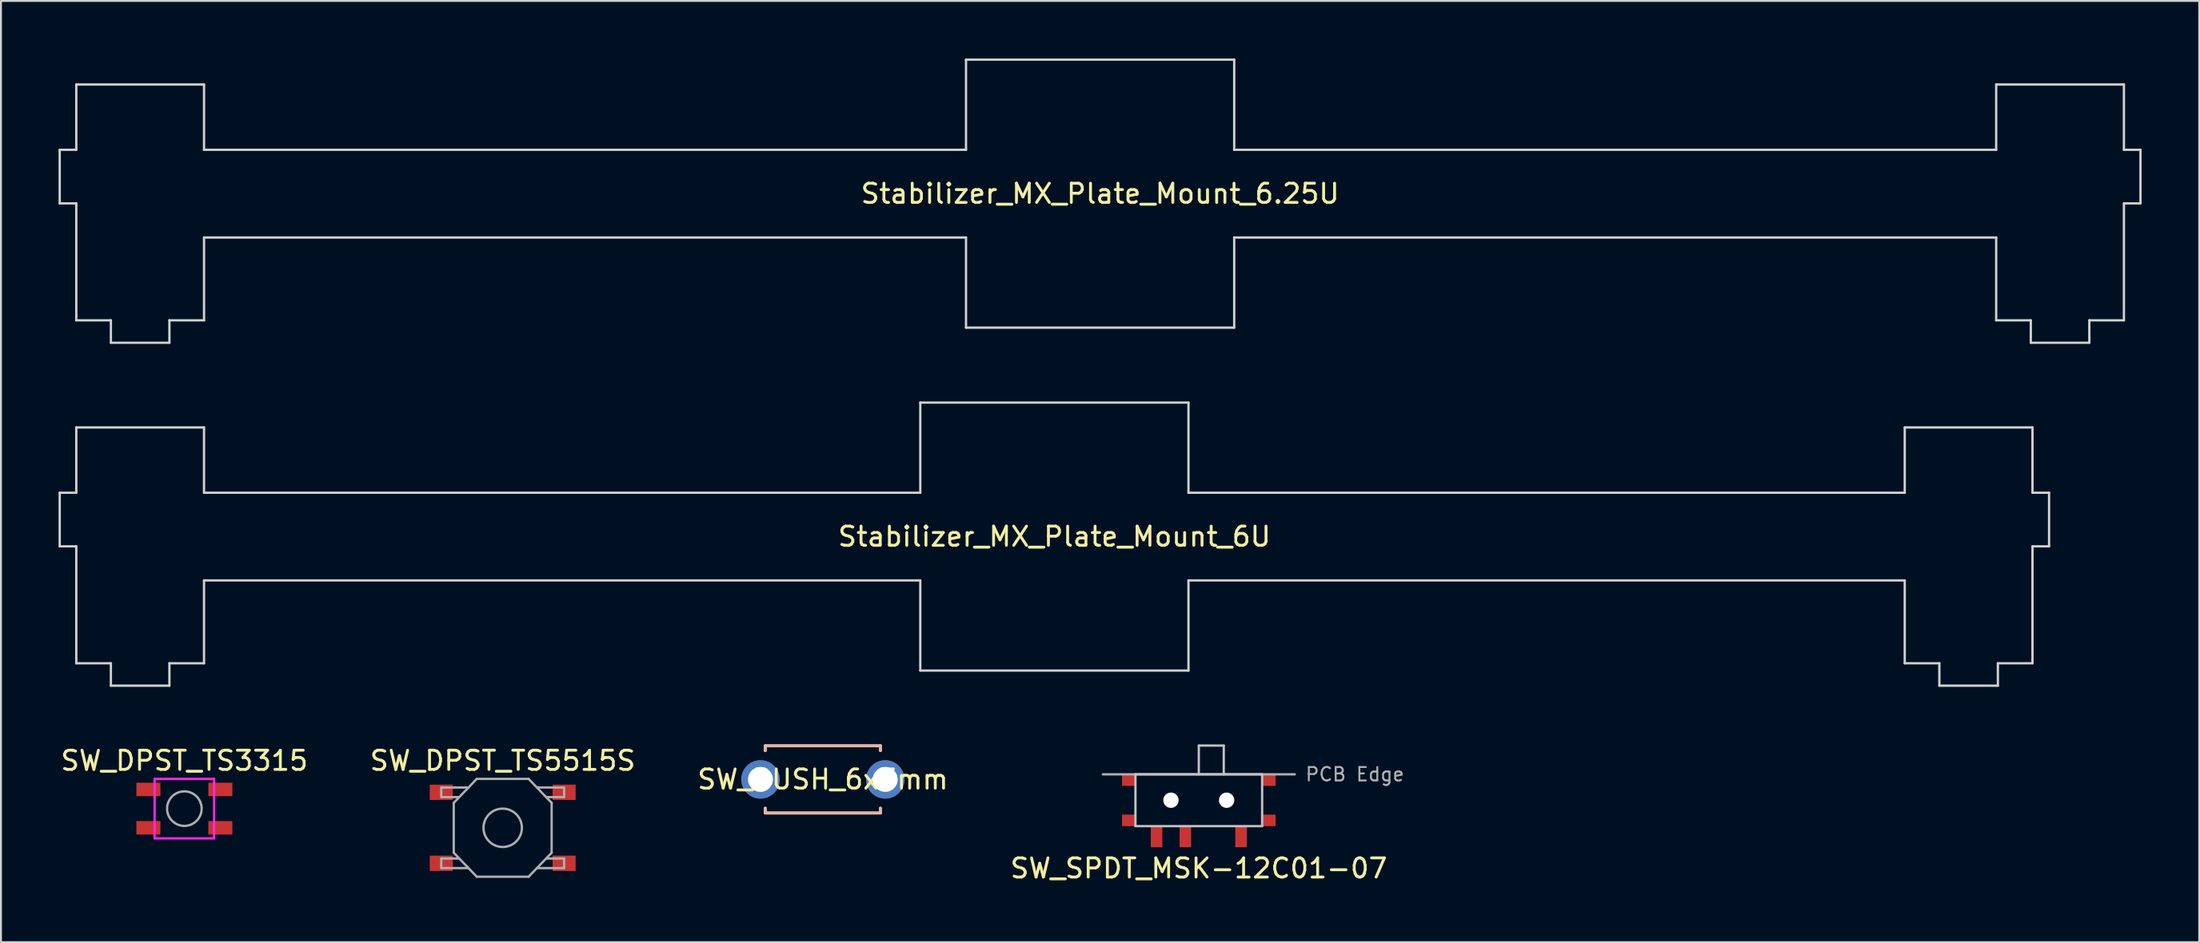
<source format=kicad_pcb>
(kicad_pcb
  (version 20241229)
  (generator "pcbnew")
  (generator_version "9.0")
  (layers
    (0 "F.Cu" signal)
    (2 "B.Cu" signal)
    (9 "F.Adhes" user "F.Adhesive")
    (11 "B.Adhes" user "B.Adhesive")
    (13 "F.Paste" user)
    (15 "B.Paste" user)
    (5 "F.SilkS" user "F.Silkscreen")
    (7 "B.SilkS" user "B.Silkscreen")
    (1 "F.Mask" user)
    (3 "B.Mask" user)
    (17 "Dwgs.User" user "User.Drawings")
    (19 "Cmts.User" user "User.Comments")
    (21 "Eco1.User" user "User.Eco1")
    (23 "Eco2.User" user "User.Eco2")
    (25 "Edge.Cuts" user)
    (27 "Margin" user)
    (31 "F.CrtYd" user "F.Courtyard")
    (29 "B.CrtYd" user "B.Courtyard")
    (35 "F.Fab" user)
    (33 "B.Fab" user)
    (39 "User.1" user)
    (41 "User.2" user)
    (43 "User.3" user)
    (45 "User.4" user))
  (footprint "SW_PUSH_6x3mm"
    (layer "F.Cu")
    (at 39.815 37.58)
    (property "Reference" "SW_PUSH_6x3mm" (at 0 0 180) (layer "F.SilkS") (effects (font (size 1 1) (thickness 0.15))))
    (attr through_hole)
    (fp_line (start -3 -1.75) (end -3 -1.5) (stroke (width 0.15) (type solid)) (layer "F.SilkS"))
    (fp_line (start -3 -1.75) (end 3 -1.75) (stroke (width 0.15) (type solid)) (layer "F.SilkS"))
    (fp_line (start -3 1.75) (end -3 1.5) (stroke (width 0.15) (type solid)) (layer "F.SilkS"))
    (fp_line (start -3 1.75) (end 3 1.75) (stroke (width 0.15) (type solid)) (layer "F.SilkS"))
    (fp_line (start 3 -1.75) (end 3 -1.5) (stroke (width 0.15) (type solid)) (layer "F.SilkS"))
    (fp_line (start 3 1.75) (end 3 1.5) (stroke (width 0.15) (type solid)) (layer "F.SilkS"))
    (fp_line (start -3 -1.75) (end 3 -1.75) (stroke (width 0.15) (type solid)) (layer "B.SilkS"))
    (fp_line (start -3 -1.5) (end -3 -1.75) (stroke (width 0.15) (type solid)) (layer "B.SilkS"))
    (fp_line (start -3 1.75) (end -3 1.5) (stroke (width 0.15) (type solid)) (layer "B.SilkS"))
    (fp_line (start 3 -1.75) (end 3 -1.5) (stroke (width 0.15) (type solid)) (layer "B.SilkS"))
    (fp_line (start 3 1.5) (end 3 1.75) (stroke (width 0.15) (type solid)) (layer "B.SilkS"))
    (fp_line (start 3 1.75) (end -3 1.75) (stroke (width 0.15) (type solid)) (layer "B.SilkS"))
    (pad "1" thru_hole circle (at 3.25 0) (size 2 2) (drill 1.3) (layers "*.Cu" "*.Mask"))
    (pad "2" thru_hole circle (at -3.25 0) (size 2 2) (drill 1.3) (layers "*.Cu" "*.Mask")))
  (footprint "SW_DPST_TS3315"
    (layer "F.Cu")
    (at 6.554 39.103)
    (property "Reference" "SW_DPST_TS3315" (at 0 -2.5 0) (layer "F.SilkS") (effects (font (size 1 1) (thickness 0.15))))
    (attr smd)
    (fp_line (start -1.55 -1.55) (end -1.55 1.55) (stroke (width 0.12) (type solid)) (layer "F.CrtYd"))
    (fp_line (start -1.55 1.55) (end 1.55 1.55) (stroke (width 0.12) (type solid)) (layer "F.CrtYd"))
    (fp_line (start 1.55 -1.55) (end -1.55 -1.55) (stroke (width 0.12) (type solid)) (layer "F.CrtYd"))
    (fp_line (start 1.55 1.55) (end 1.55 -1.55) (stroke (width 0.12) (type solid)) (layer "F.CrtYd"))
    (fp_circle (center 0 0) (end 0.9 0) (stroke (width 0.12) (type solid)) (fill no) (layer "F.Fab"))
    (pad "1" smd rect (at -1.875 -1) (size 1.25 0.7) (layers "F.Cu" "F.Mask" "F.Paste"))
    (pad "2" smd rect (at 1.875 -1) (size 1.25 0.7) (layers "F.Cu" "F.Mask" "F.Paste"))
    (pad "3" smd rect (at -1.875 1) (size 1.25 0.7) (layers "F.Cu" "F.Mask" "F.Paste"))
    (pad "4" smd rect (at 1.875 1) (size 1.25 0.7) (layers "F.Cu" "F.Mask" "F.Paste")))
  (footprint "Stabilizer_MX_Plate_Mount_6U"
    (layer "F.Cu")
    (at 51.876 24.922)
    (property "Reference" "Stabilizer_MX_Plate_Mount_6U" (at 0 0 0) (layer "F.SilkS") (effects (font (size 1 1) (thickness 0.15))))
    (attr through_hole)
    (fp_line (start -51.816 -2.286) (end -51.816 0.508) (stroke (width 0.12) (type solid)) (layer "Edge.Cuts"))
    (fp_line (start -51.816 0.508) (end -50.952 0.508) (stroke (width 0.12) (type solid)) (layer "Edge.Cuts"))
    (fp_line (start -50.952 -5.69) (end -50.952 -2.286) (stroke (width 0.12) (type solid)) (layer "Edge.Cuts"))
    (fp_line (start -50.952 -2.286) (end -51.816 -2.286) (stroke (width 0.12) (type solid)) (layer "Edge.Cuts"))
    (fp_line (start -50.952 0.508) (end -50.952 6.604) (stroke (width 0.12) (type solid)) (layer "Edge.Cuts"))
    (fp_line (start -50.952 6.604) (end -49.149 6.604) (stroke (width 0.12) (type solid)) (layer "Edge.Cuts"))
    (fp_line (start -49.149 6.604) (end -49.149 7.772) (stroke (width 0.12) (type solid)) (layer "Edge.Cuts"))
    (fp_line (start -49.149 7.772) (end -46.101 7.772) (stroke (width 0.12) (type solid)) (layer "Edge.Cuts"))
    (fp_line (start -46.101 6.604) (end -44.298 6.604) (stroke (width 0.12) (type solid)) (layer "Edge.Cuts"))
    (fp_line (start -46.101 7.772) (end -46.101 6.604) (stroke (width 0.12) (type solid)) (layer "Edge.Cuts"))
    (fp_line (start -44.298 -5.69) (end -50.952 -5.69) (stroke (width 0.12) (type solid)) (layer "Edge.Cuts"))
    (fp_line (start -44.298 -2.286) (end -44.298 -5.69) (stroke (width 0.12) (type solid)) (layer "Edge.Cuts"))
    (fp_line (start -44.298 2.286) (end -6.985 2.286) (stroke (width 0.12) (type solid)) (layer "Edge.Cuts"))
    (fp_line (start -44.298 6.604) (end -44.298 2.286) (stroke (width 0.12) (type solid)) (layer "Edge.Cuts"))
    (fp_line (start -6.985 -6.985) (end -6.985 -2.286) (stroke (width 0.12) (type solid)) (layer "Edge.Cuts"))
    (fp_line (start -6.985 -6.985) (end 6.985 -6.985) (stroke (width 0.12) (type solid)) (layer "Edge.Cuts"))
    (fp_line (start -6.985 -2.286) (end -44.298 -2.286) (stroke (width 0.12) (type solid)) (layer "Edge.Cuts"))
    (fp_line (start -6.985 2.286) (end -6.985 6.985) (stroke (width 0.12) (type solid)) (layer "Edge.Cuts"))
    (fp_line (start -6.985 6.985) (end 6.985 6.985) (stroke (width 0.12) (type solid)) (layer "Edge.Cuts"))
    (fp_line (start 6.985 -6.985) (end 6.985 -2.286) (stroke (width 0.12) (type solid)) (layer "Edge.Cuts"))
    (fp_line (start 6.985 -2.286) (end 44.298 -2.286) (stroke (width 0.12) (type solid)) (layer "Edge.Cuts"))
    (fp_line (start 6.985 2.286) (end 6.985 6.985) (stroke (width 0.12) (type solid)) (layer "Edge.Cuts"))
    (fp_line (start 44.298 -5.69) (end 50.952 -5.69) (stroke (width 0.12) (type solid)) (layer "Edge.Cuts"))
    (fp_line (start 44.298 -2.286) (end 44.298 -5.69) (stroke (width 0.12) (type solid)) (layer "Edge.Cuts"))
    (fp_line (start 44.298 2.286) (end 6.985 2.286) (stroke (width 0.12) (type solid)) (layer "Edge.Cuts"))
    (fp_line (start 44.298 6.604) (end 44.298 2.286) (stroke (width 0.12) (type solid)) (layer "Edge.Cuts"))
    (fp_line (start 46.101 6.604) (end 44.298 6.604) (stroke (width 0.12) (type solid)) (layer "Edge.Cuts"))
    (fp_line (start 46.101 7.772) (end 46.101 6.604) (stroke (width 0.12) (type solid)) (layer "Edge.Cuts"))
    (fp_line (start 49.149 6.604) (end 49.149 7.772) (stroke (width 0.12) (type solid)) (layer "Edge.Cuts"))
    (fp_line (start 49.149 7.772) (end 46.101 7.772) (stroke (width 0.12) (type solid)) (layer "Edge.Cuts"))
    (fp_line (start 50.952 -5.69) (end 50.952 -2.286) (stroke (width 0.12) (type solid)) (layer "Edge.Cuts"))
    (fp_line (start 50.952 -2.286) (end 51.816 -2.286) (stroke (width 0.12) (type solid)) (layer "Edge.Cuts"))
    (fp_line (start 50.952 0.508) (end 50.952 6.604) (stroke (width 0.12) (type solid)) (layer "Edge.Cuts"))
    (fp_line (start 50.952 6.604) (end 49.149 6.604) (stroke (width 0.12) (type solid)) (layer "Edge.Cuts"))
    (fp_line (start 51.816 -2.286) (end 51.816 0.508) (stroke (width 0.12) (type solid)) (layer "Edge.Cuts"))
    (fp_line (start 51.816 0.508) (end 50.952 0.508) (stroke (width 0.12) (type solid)) (layer "Edge.Cuts")))
  (footprint "SW_SPDT_MSK-12C01-07"
    (layer "F.Cu")
    (at 59.399 38.665)
    (property "Reference" "SW_SPDT_MSK-12C01-07" (at 0 3.55 180) (layer "F.SilkS") (effects (font (size 1 1) (thickness 0.15))))
    (attr smd)
    (fp_line (start -3.3 -1.35) (end -3.3 1.35) (stroke (width 0.12) (type solid)) (layer "Dwgs.User"))
    (fp_line (start -3.3 -1.35) (end 3.3 -1.35) (stroke (width 0.12) (type solid)) (layer "Dwgs.User"))
    (fp_line (start -3.3 1.35) (end 3.3 1.35) (stroke (width 0.12) (type solid)) (layer "Dwgs.User"))
    (fp_line (start 0 -2.85) (end 0 -1.35) (stroke (width 0.12) (type solid)) (layer "Dwgs.User"))
    (fp_line (start 0 -2.85) (end 1.3 -2.85) (stroke (width 0.12) (type solid)) (layer "Dwgs.User"))
    (fp_line (start 1.3 -2.85) (end 1.3 -1.35) (stroke (width 0.12) (type solid)) (layer "Dwgs.User"))
    (fp_line (start 3.3 -1.35) (end 3.3 1.35) (stroke (width 0.12) (type solid)) (layer "Dwgs.User"))
    (fp_line (start -5 -1.35) (end 5 -1.35) (stroke (width 0.12) (type solid)) (layer "F.Fab"))
    (fp_text user "PCB Edge" (at 5.5 -1.35 0) (layer "F.Fab") (effects (font (size 0.7 0.7) (thickness 0.1)) (justify left)))
    (pad "" np_thru_hole circle (at -1.45 0) (size 0.8 0.8) (drill 0.8) (layers "*.Cu" "*.Mask"))
    (pad "" np_thru_hole circle (at 1.45 0) (size 0.8 0.8) (drill 0.8) (layers "*.Cu" "*.Mask"))
    (pad "1" smd rect (at -2.2 1.9) (size 0.6 1.1) (layers "F.Cu" "F.Mask" "F.Paste"))
    (pad "2" smd rect (at -0.7 1.9) (size 0.6 1.1) (layers "F.Cu" "F.Mask" "F.Paste"))
    (pad "3" smd rect (at 2.2 1.9) (size 0.6 1.1) (layers "F.Cu" "F.Mask" "F.Paste"))
    (pad "MP" smd rect (at -3.65 -1.05) (size 0.7 0.6) (layers "F.Cu" "F.Mask" "F.Paste"))
    (pad "MP" smd rect (at -3.65 1.05) (size 0.7 0.6) (layers "F.Cu" "F.Mask" "F.Paste"))
    (pad "MP" smd rect (at 3.65 -1.05) (size 0.7 0.6) (layers "F.Cu" "F.Mask" "F.Paste"))
    (pad "MP" smd rect (at 3.65 1.05) (size 0.7 0.6) (layers "F.Cu" "F.Mask" "F.Paste")))
  (footprint "SW_DPST_TS5515S"
    (layer "F.Cu")
    (at 23.137 40.103)
    (property "Reference" "SW_DPST_TS5515S" (at 0 -3.5 0) (layer "F.SilkS") (effects (font (size 1 1) (thickness 0.15))))
    (attr smd)
    (fp_line (start -3.2 -1.6) (end -3.2 -2.1) (stroke (width 0.12) (type solid)) (layer "F.Fab"))
    (fp_line (start -3.2 2.1) (end -3.2 1.6) (stroke (width 0.12) (type solid)) (layer "F.Fab"))
    (fp_line (start -2.55 -1.3) (end -1.35 -2.55) (stroke (width 0.12) (type solid)) (layer "F.Fab"))
    (fp_line (start -2.55 1.3) (end -2.55 -1.3) (stroke (width 0.12) (type solid)) (layer "F.Fab"))
    (fp_line (start -2.3 -1.6) (end -3.2 -1.6) (stroke (width 0.12) (type solid)) (layer "F.Fab"))
    (fp_line (start -2.3 1.6) (end -3.2 1.6) (stroke (width 0.12) (type solid)) (layer "F.Fab"))
    (fp_line (start -1.8 -2.1) (end -3.2 -2.1) (stroke (width 0.12) (type solid)) (layer "F.Fab"))
    (fp_line (start -1.8 2.1) (end -3.2 2.1) (stroke (width 0.12) (type solid)) (layer "F.Fab"))
    (fp_line (start -1.35 -2.55) (end 1.35 -2.55) (stroke (width 0.12) (type solid)) (layer "F.Fab"))
    (fp_line (start -1.35 2.55) (end -2.55 1.3) (stroke (width 0.12) (type solid)) (layer "F.Fab"))
    (fp_line (start 1.35 -2.55) (end 2.55 -1.3) (stroke (width 0.12) (type solid)) (layer "F.Fab"))
    (fp_line (start 1.35 2.55) (end -1.35 2.55) (stroke (width 0.12) (type solid)) (layer "F.Fab"))
    (fp_line (start 1.8 -2.1) (end 3.2 -2.1) (stroke (width 0.12) (type solid)) (layer "F.Fab"))
    (fp_line (start 1.8 2.1) (end 3.2 2.1) (stroke (width 0.12) (type solid)) (layer "F.Fab"))
    (fp_line (start 2.3 -1.6) (end 3.2 -1.6) (stroke (width 0.12) (type solid)) (layer "F.Fab"))
    (fp_line (start 2.3 1.6) (end 3.2 1.6) (stroke (width 0.12) (type solid)) (layer "F.Fab"))
    (fp_line (start 2.55 -1.3) (end 2.55 1.3) (stroke (width 0.12) (type solid)) (layer "F.Fab"))
    (fp_line (start 2.55 1.3) (end 1.35 2.55) (stroke (width 0.12) (type solid)) (layer "F.Fab"))
    (fp_line (start 3.2 -2.1) (end 3.2 -1.6) (stroke (width 0.12) (type solid)) (layer "F.Fab"))
    (fp_line (start 3.2 1.6) (end 3.2 2.1) (stroke (width 0.12) (type solid)) (layer "F.Fab"))
    (fp_circle (center 0 0) (end 1 0) (stroke (width 0.12) (type solid)) (fill no) (layer "F.Fab"))
    (pad "1" smd rect (at -3.2 -1.85) (size 1.2 0.8) (layers "F.Cu" "F.Mask" "F.Paste"))
    (pad "2" smd rect (at 3.2 -1.85) (size 1.2 0.8) (layers "F.Cu" "F.Mask" "F.Paste"))
    (pad "3" smd rect (at -3.2 1.85) (size 1.2 0.8) (layers "F.Cu" "F.Mask" "F.Paste"))
    (pad "4" smd rect (at 3.2 1.85) (size 1.2 0.8) (layers "F.Cu" "F.Mask" "F.Paste")))
  (footprint "Stabilizer_MX_Plate_Mount_6.25U"
    (layer "F.Cu")
    (at 54.258 7.045)
    (property "Reference" "Stabilizer_MX_Plate_Mount_6.25U" (at 0 0 0) (layer "F.SilkS") (effects (font (size 1 1) (thickness 0.15))))
    (attr through_hole)
    (fp_line (start -54.197 -2.286) (end -54.197 0.508) (stroke (width 0.12) (type solid)) (layer "Edge.Cuts"))
    (fp_line (start -54.197 0.508) (end -53.334 0.508) (stroke (width 0.12) (type solid)) (layer "Edge.Cuts"))
    (fp_line (start -53.334 -5.69) (end -53.334 -2.286) (stroke (width 0.12) (type solid)) (layer "Edge.Cuts"))
    (fp_line (start -53.334 -2.286) (end -54.197 -2.286) (stroke (width 0.12) (type solid)) (layer "Edge.Cuts"))
    (fp_line (start -53.334 0.508) (end -53.334 6.604) (stroke (width 0.12) (type solid)) (layer "Edge.Cuts"))
    (fp_line (start -53.334 6.604) (end -51.531 6.604) (stroke (width 0.12) (type solid)) (layer "Edge.Cuts"))
    (fp_line (start -51.531 6.604) (end -51.531 7.772) (stroke (width 0.12) (type solid)) (layer "Edge.Cuts"))
    (fp_line (start -51.531 7.772) (end -48.483 7.772) (stroke (width 0.12) (type solid)) (layer "Edge.Cuts"))
    (fp_line (start -48.483 6.604) (end -46.679 6.604) (stroke (width 0.12) (type solid)) (layer "Edge.Cuts"))
    (fp_line (start -48.483 7.772) (end -48.483 6.604) (stroke (width 0.12) (type solid)) (layer "Edge.Cuts"))
    (fp_line (start -46.679 -5.69) (end -53.334 -5.69) (stroke (width 0.12) (type solid)) (layer "Edge.Cuts"))
    (fp_line (start -46.679 -2.286) (end -46.679 -5.69) (stroke (width 0.12) (type solid)) (layer "Edge.Cuts"))
    (fp_line (start -46.679 2.286) (end -6.985 2.286) (stroke (width 0.12) (type solid)) (layer "Edge.Cuts"))
    (fp_line (start -46.679 6.604) (end -46.679 2.286) (stroke (width 0.12) (type solid)) (layer "Edge.Cuts"))
    (fp_line (start -6.985 -6.985) (end -6.985 -2.286) (stroke (width 0.12) (type solid)) (layer "Edge.Cuts"))
    (fp_line (start -6.985 -6.985) (end 6.985 -6.985) (stroke (width 0.12) (type solid)) (layer "Edge.Cuts"))
    (fp_line (start -6.985 -2.286) (end -46.679 -2.286) (stroke (width 0.12) (type solid)) (layer "Edge.Cuts"))
    (fp_line (start -6.985 2.286) (end -6.985 6.985) (stroke (width 0.12) (type solid)) (layer "Edge.Cuts"))
    (fp_line (start -6.985 6.985) (end 6.985 6.985) (stroke (width 0.12) (type solid)) (layer "Edge.Cuts"))
    (fp_line (start 6.985 -6.985) (end 6.985 -2.286) (stroke (width 0.12) (type solid)) (layer "Edge.Cuts"))
    (fp_line (start 6.985 -2.286) (end 46.679 -2.286) (stroke (width 0.12) (type solid)) (layer "Edge.Cuts"))
    (fp_line (start 6.985 2.286) (end 6.985 6.985) (stroke (width 0.12) (type solid)) (layer "Edge.Cuts"))
    (fp_line (start 46.679 -5.69) (end 53.334 -5.69) (stroke (width 0.12) (type solid)) (layer "Edge.Cuts"))
    (fp_line (start 46.679 -2.286) (end 46.679 -5.69) (stroke (width 0.12) (type solid)) (layer "Edge.Cuts"))
    (fp_line (start 46.679 2.286) (end 6.985 2.286) (stroke (width 0.12) (type solid)) (layer "Edge.Cuts"))
    (fp_line (start 46.679 6.604) (end 46.679 2.286) (stroke (width 0.12) (type solid)) (layer "Edge.Cuts"))
    (fp_line (start 48.483 6.604) (end 46.679 6.604) (stroke (width 0.12) (type solid)) (layer "Edge.Cuts"))
    (fp_line (start 48.483 7.772) (end 48.483 6.604) (stroke (width 0.12) (type solid)) (layer "Edge.Cuts"))
    (fp_line (start 51.531 6.604) (end 51.531 7.772) (stroke (width 0.12) (type solid)) (layer "Edge.Cuts"))
    (fp_line (start 51.531 7.772) (end 48.483 7.772) (stroke (width 0.12) (type solid)) (layer "Edge.Cuts"))
    (fp_line (start 53.334 -5.69) (end 53.334 -2.286) (stroke (width 0.12) (type solid)) (layer "Edge.Cuts"))
    (fp_line (start 53.334 -2.286) (end 54.197 -2.286) (stroke (width 0.12) (type solid)) (layer "Edge.Cuts"))
    (fp_line (start 53.334 0.508) (end 53.334 6.604) (stroke (width 0.12) (type solid)) (layer "Edge.Cuts"))
    (fp_line (start 53.334 6.604) (end 51.531 6.604) (stroke (width 0.12) (type solid)) (layer "Edge.Cuts"))
    (fp_line (start 54.197 -2.286) (end 54.197 0.508) (stroke (width 0.12) (type solid)) (layer "Edge.Cuts"))
    (fp_line (start 54.197 0.508) (end 53.334 0.508) (stroke (width 0.12) (type solid)) (layer "Edge.Cuts")))
  (gr_rect
    (start -3 -3)
    (end 111.515 46.063)
    (stroke (width 0.1) (type default))
    (fill no)
    (layer "Edge.Cuts")))
</source>
